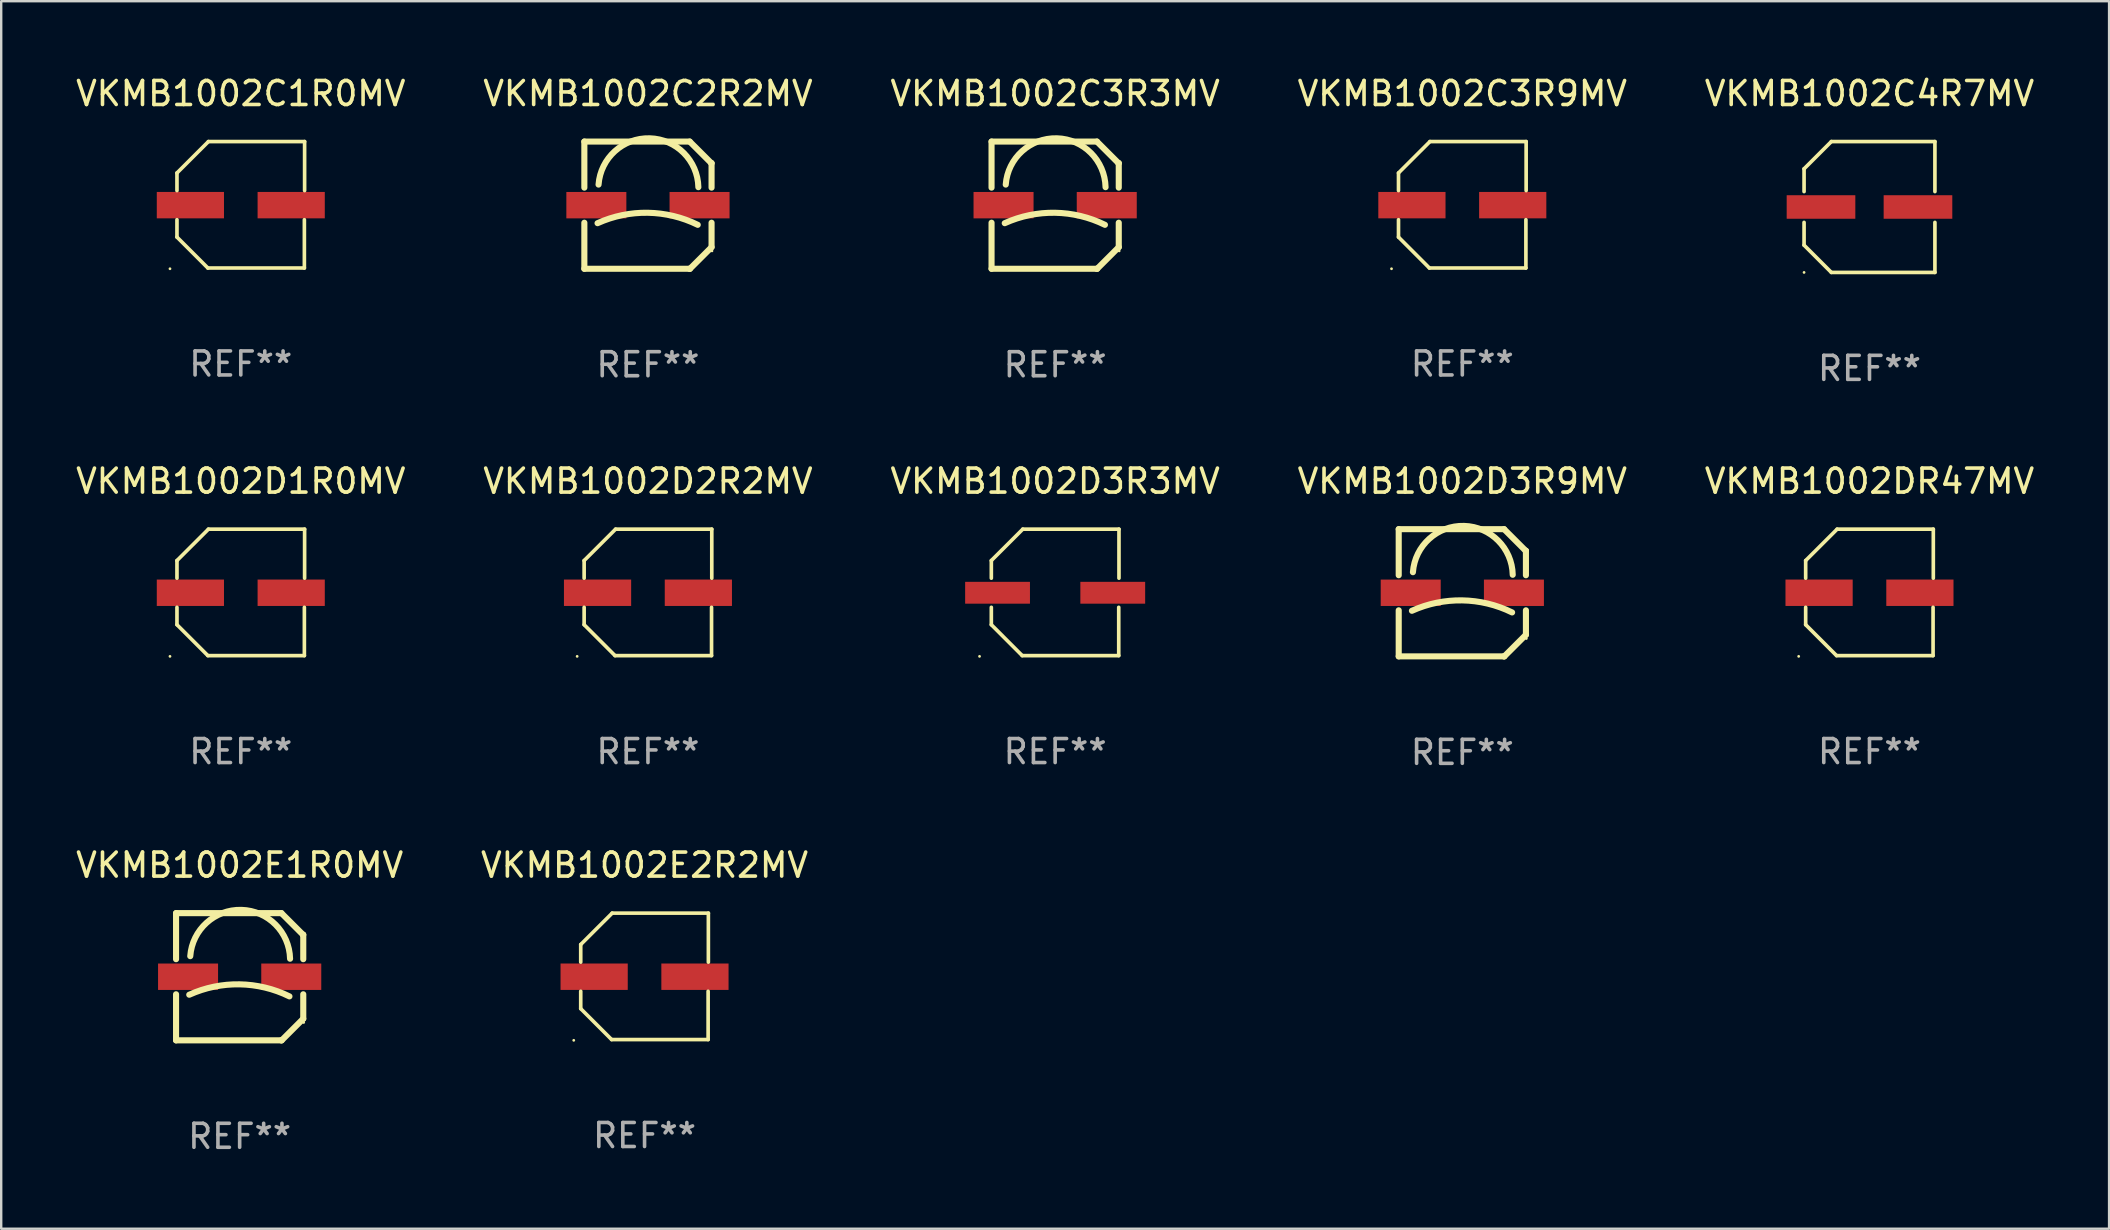
<source format=kicad_pcb>
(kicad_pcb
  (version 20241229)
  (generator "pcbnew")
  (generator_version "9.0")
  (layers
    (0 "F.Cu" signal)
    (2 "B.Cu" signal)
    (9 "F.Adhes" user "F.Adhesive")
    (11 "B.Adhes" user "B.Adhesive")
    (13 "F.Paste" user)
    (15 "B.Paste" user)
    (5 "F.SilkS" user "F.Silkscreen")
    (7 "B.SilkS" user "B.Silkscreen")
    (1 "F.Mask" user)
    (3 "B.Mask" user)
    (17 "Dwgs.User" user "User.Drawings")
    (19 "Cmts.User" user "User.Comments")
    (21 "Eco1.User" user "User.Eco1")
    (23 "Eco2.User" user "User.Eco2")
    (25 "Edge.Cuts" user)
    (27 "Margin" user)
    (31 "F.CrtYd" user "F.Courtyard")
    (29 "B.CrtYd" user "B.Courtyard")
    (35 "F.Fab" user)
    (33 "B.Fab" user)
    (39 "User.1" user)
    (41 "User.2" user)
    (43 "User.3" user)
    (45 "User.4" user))
  (footprint "VKMB1002D2R2MV"
    (layer "F.Cu")
    (at 23.946 21.631)
    (property "Reference" "VKMB1002D2R2MV" (at 0 -4.634 0) (layer "F.SilkS") (effects (font (size 1 1) (thickness 0.15))))
    (attr through_hole)
    (fp_line (start -2.659 -1.326) (end -2.659 -0.592) (stroke (width 0.152) (type solid)) (layer "F.SilkS"))
    (fp_line (start -2.659 1.346) (end -2.659 0.622) (stroke (width 0.152) (type solid)) (layer "F.SilkS"))
    (fp_line (start -1.372 2.634) (end -2.659 1.346) (stroke (width 0.152) (type solid)) (layer "F.SilkS"))
    (fp_line (start -1.349 -2.634) (end -2.659 -1.326) (stroke (width 0.152) (type solid)) (layer "F.SilkS"))
    (fp_line (start 2.649 0.622) (end 2.649 2.634) (stroke (width 0.152) (type solid)) (layer "F.SilkS"))
    (fp_line (start 2.649 2.634) (end -1.372 2.634) (stroke (width 0.152) (type solid)) (layer "F.SilkS"))
    (fp_line (start 2.659 -2.634) (end -1.349 -2.634) (stroke (width 0.152) (type solid)) (layer "F.SilkS"))
    (fp_line (start 2.659 -0.592) (end 2.659 -2.634) (stroke (width 0.152) (type solid)) (layer "F.SilkS"))
    (fp_circle (center -2.95 2.665) (end -2.92 2.665) (stroke (width 0.06) (type solid)) (fill no) (layer "F.SilkS"))
    (fp_text user "REF**" (at 0 6.634 0) (layer "F.Fab") (effects (font (size 1 1) (thickness 0.15))))
    (pad "1" smd rect (at -2.1 0.015) (size 2.8 1.1) (layers "F.Cu" "F.Mask" "F.Paste"))
    (pad "2" smd rect (at 2.1 0.015) (size 2.8 1.1) (layers "F.Cu" "F.Mask" "F.Paste")))
  (footprint "VKMB1002C1R0MV"
    (layer "F.Cu")
    (at 6.982 5.482)
    (property "Reference" "VKMB1002C1R0MV" (at 0 -4.634 0) (layer "F.SilkS") (effects (font (size 1 1) (thickness 0.15))))
    (attr through_hole)
    (fp_line (start -2.659 -1.326) (end -2.659 -0.592) (stroke (width 0.152) (type solid)) (layer "F.SilkS"))
    (fp_line (start -2.659 1.346) (end -2.659 0.622) (stroke (width 0.152) (type solid)) (layer "F.SilkS"))
    (fp_line (start -1.372 2.634) (end -2.659 1.346) (stroke (width 0.152) (type solid)) (layer "F.SilkS"))
    (fp_line (start -1.349 -2.634) (end -2.659 -1.326) (stroke (width 0.152) (type solid)) (layer "F.SilkS"))
    (fp_line (start 2.649 0.622) (end 2.649 2.634) (stroke (width 0.152) (type solid)) (layer "F.SilkS"))
    (fp_line (start 2.649 2.634) (end -1.372 2.634) (stroke (width 0.152) (type solid)) (layer "F.SilkS"))
    (fp_line (start 2.659 -2.634) (end -1.349 -2.634) (stroke (width 0.152) (type solid)) (layer "F.SilkS"))
    (fp_line (start 2.659 -0.592) (end 2.659 -2.634) (stroke (width 0.152) (type solid)) (layer "F.SilkS"))
    (fp_circle (center -2.95 2.665) (end -2.92 2.665) (stroke (width 0.06) (type solid)) (fill no) (layer "F.SilkS"))
    (fp_text user "REF**" (at 0 6.634 0) (layer "F.Fab") (effects (font (size 1 1) (thickness 0.15))))
    (pad "1" smd rect (at -2.1 0.015) (size 2.8 1.1) (layers "F.Cu" "F.Mask" "F.Paste"))
    (pad "2" smd rect (at 2.1 0.015) (size 2.8 1.1) (layers "F.Cu" "F.Mask" "F.Paste")))
  (footprint "VKMB1002D3R3MV"
    (layer "F.Cu")
    (at 40.911 21.631)
    (property "Reference" "VKMB1002D3R3MV" (at 0 -4.634 0) (layer "F.SilkS") (effects (font (size 1 1) (thickness 0.15))))
    (attr through_hole)
    (fp_line (start -2.659 -1.326) (end -2.659 -0.592) (stroke (width 0.152) (type solid)) (layer "F.SilkS"))
    (fp_line (start -2.659 1.346) (end -2.659 0.622) (stroke (width 0.152) (type solid)) (layer "F.SilkS"))
    (fp_line (start -1.372 2.634) (end -2.659 1.346) (stroke (width 0.152) (type solid)) (layer "F.SilkS"))
    (fp_line (start -1.349 -2.634) (end -2.659 -1.326) (stroke (width 0.152) (type solid)) (layer "F.SilkS"))
    (fp_line (start 2.649 0.622) (end 2.649 2.634) (stroke (width 0.152) (type solid)) (layer "F.SilkS"))
    (fp_line (start 2.649 2.634) (end -1.372 2.634) (stroke (width 0.152) (type solid)) (layer "F.SilkS"))
    (fp_line (start 2.659 -2.634) (end -1.349 -2.634) (stroke (width 0.152) (type solid)) (layer "F.SilkS"))
    (fp_line (start 2.659 -0.592) (end 2.659 -2.634) (stroke (width 0.152) (type solid)) (layer "F.SilkS"))
    (fp_circle (center -3.15 2.665) (end -3.12 2.665) (stroke (width 0.06) (type solid)) (fill no) (layer "F.SilkS"))
    (fp_text user "REF**" (at 0 6.634 0) (layer "F.Fab") (effects (font (size 1 1) (thickness 0.15))))
    (pad "1" smd rect (at -2.4 0.015) (size 2.7 0.91) (layers "F.Cu" "F.Mask" "F.Paste"))
    (pad "2" smd rect (at 2.4 0.015) (size 2.7 0.91) (layers "F.Cu" "F.Mask" "F.Paste")))
  (footprint "VKMB1002E1R0MV"
    (layer "F.Cu")
    (at 6.935 37.644)
    (property "Reference" "VKMB1002E1R0MV" (at 0 -4.65 0) (layer "F.SilkS") (effects (font (size 1 1) (thickness 0.15))))
    (attr through_hole)
    (fp_line (start -2.65 -2.65) (end 1.74 -2.65) (stroke (width 0.254) (type solid)) (layer "F.SilkS"))
    (fp_line (start -2.65 -0.731) (end -2.65 -2.65) (stroke (width 0.254) (type solid)) (layer "F.SilkS"))
    (fp_line (start -2.65 2.65) (end -2.65 0.731) (stroke (width 0.254) (type solid)) (layer "F.SilkS"))
    (fp_line (start -2.65 2.65) (end 1.73 2.65) (stroke (width 0.254) (type solid)) (layer "F.SilkS"))
    (fp_line (start 1.73 2.65) (end 1.75 2.65) (stroke (width 0.254) (type solid)) (layer "F.SilkS"))
    (fp_line (start 1.75 2.65) (end 2.65 1.75) (stroke (width 0.254) (type solid)) (layer "F.SilkS"))
    (fp_line (start 2.64 -1.75) (end 1.74 -2.65) (stroke (width 0.254) (type solid)) (layer "F.SilkS"))
    (fp_line (start 2.65 -1.75) (end 2.64 -1.75) (stroke (width 0.254) (type solid)) (layer "F.SilkS"))
    (fp_line (start 2.65 -0.731) (end 2.65 -1.75) (stroke (width 0.254) (type solid)) (layer "F.SilkS"))
    (fp_line (start 2.65 1.75) (end 2.65 0.731) (stroke (width 0.254) (type solid)) (layer "F.SilkS"))
    (fp_arc (start -2.1 0.749886) (mid -0.005214 0.316693) (end 2.074168 0.818644) (stroke (width 0.254001) (type solid)) (layer "F.SilkS"))
    (fp_arc (start -2.058369 -0.857759) (mid 0.072137 -2.78601) (end 2.1 -0.750089) (stroke (width 0.254001) (type solid)) (layer "F.SilkS"))
    (fp_circle (center 2.667 1.905) (end 2.697 1.905) (stroke (width 0.06) (type solid)) (fill no) (layer "F.SilkS"))
    (fp_text user "REF**" (at 0 6.65 0) (layer "F.Fab") (effects (font (size 1 1) (thickness 0.15))))
    (pad "1" smd rect (at 2.15 0) (size 2.5 1.1) (layers "F.Cu" "F.Mask" "F.Paste"))
    (pad "2" smd rect (at -2.15 0) (size 2.5 1.1) (layers "F.Cu" "F.Mask" "F.Paste")))
  (footprint "VKMB1002C3R9MV"
    (layer "F.Cu")
    (at 57.875 5.482)
    (property "Reference" "VKMB1002C3R9MV" (at 0 -4.634 0) (layer "F.SilkS") (effects (font (size 1 1) (thickness 0.15))))
    (attr through_hole)
    (fp_line (start -2.659 -1.326) (end -2.659 -0.592) (stroke (width 0.152) (type solid)) (layer "F.SilkS"))
    (fp_line (start -2.659 1.346) (end -2.659 0.622) (stroke (width 0.152) (type solid)) (layer "F.SilkS"))
    (fp_line (start -1.372 2.634) (end -2.659 1.346) (stroke (width 0.152) (type solid)) (layer "F.SilkS"))
    (fp_line (start -1.349 -2.634) (end -2.659 -1.326) (stroke (width 0.152) (type solid)) (layer "F.SilkS"))
    (fp_line (start 2.649 0.622) (end 2.649 2.634) (stroke (width 0.152) (type solid)) (layer "F.SilkS"))
    (fp_line (start 2.649 2.634) (end -1.372 2.634) (stroke (width 0.152) (type solid)) (layer "F.SilkS"))
    (fp_line (start 2.659 -2.634) (end -1.349 -2.634) (stroke (width 0.152) (type solid)) (layer "F.SilkS"))
    (fp_line (start 2.659 -0.592) (end 2.659 -2.634) (stroke (width 0.152) (type solid)) (layer "F.SilkS"))
    (fp_circle (center -2.95 2.665) (end -2.92 2.665) (stroke (width 0.06) (type solid)) (fill no) (layer "F.SilkS"))
    (fp_text user "REF**" (at 0 6.634 0) (layer "F.Fab") (effects (font (size 1 1) (thickness 0.15))))
    (pad "1" smd rect (at -2.1 0.015) (size 2.8 1.1) (layers "F.Cu" "F.Mask" "F.Paste"))
    (pad "2" smd rect (at 2.1 0.015) (size 2.8 1.1) (layers "F.Cu" "F.Mask" "F.Paste")))
  (footprint "VKMB1002D1R0MV"
    (layer "F.Cu")
    (at 6.982 21.631)
    (property "Reference" "VKMB1002D1R0MV" (at 0 -4.634 0) (layer "F.SilkS") (effects (font (size 1 1) (thickness 0.15))))
    (attr through_hole)
    (fp_line (start -2.659 -1.326) (end -2.659 -0.592) (stroke (width 0.152) (type solid)) (layer "F.SilkS"))
    (fp_line (start -2.659 1.346) (end -2.659 0.622) (stroke (width 0.152) (type solid)) (layer "F.SilkS"))
    (fp_line (start -1.372 2.634) (end -2.659 1.346) (stroke (width 0.152) (type solid)) (layer "F.SilkS"))
    (fp_line (start -1.349 -2.634) (end -2.659 -1.326) (stroke (width 0.152) (type solid)) (layer "F.SilkS"))
    (fp_line (start 2.649 0.622) (end 2.649 2.634) (stroke (width 0.152) (type solid)) (layer "F.SilkS"))
    (fp_line (start 2.649 2.634) (end -1.372 2.634) (stroke (width 0.152) (type solid)) (layer "F.SilkS"))
    (fp_line (start 2.659 -2.634) (end -1.349 -2.634) (stroke (width 0.152) (type solid)) (layer "F.SilkS"))
    (fp_line (start 2.659 -0.592) (end 2.659 -2.634) (stroke (width 0.152) (type solid)) (layer "F.SilkS"))
    (fp_circle (center -2.95 2.665) (end -2.92 2.665) (stroke (width 0.06) (type solid)) (fill no) (layer "F.SilkS"))
    (fp_text user "REF**" (at 0 6.634 0) (layer "F.Fab") (effects (font (size 1 1) (thickness 0.15))))
    (pad "1" smd rect (at -2.1 0.015) (size 2.8 1.1) (layers "F.Cu" "F.Mask" "F.Paste"))
    (pad "2" smd rect (at 2.1 0.015) (size 2.8 1.1) (layers "F.Cu" "F.Mask" "F.Paste")))
  (footprint "VKMB1002C4R7MV"
    (layer "F.Cu")
    (at 74.839 5.574)
    (property "Reference" "VKMB1002C4R7MV" (at 0 -4.726 0) (layer "F.SilkS") (effects (font (size 1 1) (thickness 0.15))))
    (attr through_hole)
    (fp_line (start -2.726 -1.59) (end -1.59 -2.726) (stroke (width 0.152) (type solid)) (layer "F.SilkS"))
    (fp_line (start -2.726 -0.642) (end -2.726 -1.59) (stroke (width 0.152) (type solid)) (layer "F.SilkS"))
    (fp_line (start -2.726 0.642) (end -2.726 1.59) (stroke (width 0.152) (type solid)) (layer "F.SilkS"))
    (fp_line (start -2.726 1.59) (end -1.59 2.726) (stroke (width 0.152) (type solid)) (layer "F.SilkS"))
    (fp_line (start -1.59 -2.726) (end 2.726 -2.726) (stroke (width 0.152) (type solid)) (layer "F.SilkS"))
    (fp_line (start -1.59 2.726) (end 2.726 2.726) (stroke (width 0.152) (type solid)) (layer "F.SilkS"))
    (fp_line (start 2.726 -2.726) (end 2.726 -0.642) (stroke (width 0.152) (type solid)) (layer "F.SilkS"))
    (fp_line (start 2.726 2.726) (end 2.726 0.642) (stroke (width 0.152) (type solid)) (layer "F.SilkS"))
    (fp_circle (center -2.726 2.726) (end -2.696 2.726) (stroke (width 0.06) (type solid)) (fill no) (layer "F.SilkS"))
    (fp_text user "REF**" (at 0 6.726 0) (layer "F.Fab") (effects (font (size 1 1) (thickness 0.15))))
    (pad "1" smd rect (at -2.02 -0.000013) (size 2.86 0.98) (layers "F.Cu" "F.Mask" "F.Paste"))
    (pad "2" smd rect (at 2.02 -0.000013) (size 2.86 0.98) (layers "F.Cu" "F.Mask" "F.Paste")))
  (footprint "VKMB1002D3R9MV"
    (layer "F.Cu")
    (at 57.875 21.647)
    (property "Reference" "VKMB1002D3R9MV" (at 0 -4.65 0) (layer "F.SilkS") (effects (font (size 1 1) (thickness 0.15))))
    (attr through_hole)
    (fp_line (start -2.65 -2.65) (end 1.74 -2.65) (stroke (width 0.254) (type solid)) (layer "F.SilkS"))
    (fp_line (start -2.65 -0.731) (end -2.65 -2.65) (stroke (width 0.254) (type solid)) (layer "F.SilkS"))
    (fp_line (start -2.65 2.65) (end -2.65 0.731) (stroke (width 0.254) (type solid)) (layer "F.SilkS"))
    (fp_line (start -2.65 2.65) (end 1.73 2.65) (stroke (width 0.254) (type solid)) (layer "F.SilkS"))
    (fp_line (start 1.73 2.65) (end 1.75 2.65) (stroke (width 0.254) (type solid)) (layer "F.SilkS"))
    (fp_line (start 1.75 2.65) (end 2.65 1.75) (stroke (width 0.254) (type solid)) (layer "F.SilkS"))
    (fp_line (start 2.64 -1.75) (end 1.74 -2.65) (stroke (width 0.254) (type solid)) (layer "F.SilkS"))
    (fp_line (start 2.65 -1.75) (end 2.64 -1.75) (stroke (width 0.254) (type solid)) (layer "F.SilkS"))
    (fp_line (start 2.65 -0.731) (end 2.65 -1.75) (stroke (width 0.254) (type solid)) (layer "F.SilkS"))
    (fp_line (start 2.65 1.75) (end 2.65 0.731) (stroke (width 0.254) (type solid)) (layer "F.SilkS"))
    (fp_arc (start -2.1 0.749886) (mid -0.005214 0.316693) (end 2.074168 0.818644) (stroke (width 0.254001) (type solid)) (layer "F.SilkS"))
    (fp_arc (start -2.058369 -0.857759) (mid 0.072137 -2.78601) (end 2.1 -0.750089) (stroke (width 0.254001) (type solid)) (layer "F.SilkS"))
    (fp_circle (center 2.667 1.905) (end 2.697 1.905) (stroke (width 0.06) (type solid)) (fill no) (layer "F.SilkS"))
    (fp_text user "REF**" (at 0 6.65 0) (layer "F.Fab") (effects (font (size 1 1) (thickness 0.15))))
    (pad "1" smd rect (at 2.15 0) (size 2.5 1.1) (layers "F.Cu" "F.Mask" "F.Paste"))
    (pad "2" smd rect (at -2.15 0) (size 2.5 1.1) (layers "F.Cu" "F.Mask" "F.Paste")))
  (footprint "VKMB1002DR47MV"
    (layer "F.Cu")
    (at 74.839 21.631)
    (property "Reference" "VKMB1002DR47MV" (at 0 -4.634 0) (layer "F.SilkS") (effects (font (size 1 1) (thickness 0.15))))
    (attr through_hole)
    (fp_line (start -2.659 -1.326) (end -2.659 -0.592) (stroke (width 0.152) (type solid)) (layer "F.SilkS"))
    (fp_line (start -2.659 1.346) (end -2.659 0.622) (stroke (width 0.152) (type solid)) (layer "F.SilkS"))
    (fp_line (start -1.372 2.634) (end -2.659 1.346) (stroke (width 0.152) (type solid)) (layer "F.SilkS"))
    (fp_line (start -1.349 -2.634) (end -2.659 -1.326) (stroke (width 0.152) (type solid)) (layer "F.SilkS"))
    (fp_line (start 2.649 0.622) (end 2.649 2.634) (stroke (width 0.152) (type solid)) (layer "F.SilkS"))
    (fp_line (start 2.649 2.634) (end -1.372 2.634) (stroke (width 0.152) (type solid)) (layer "F.SilkS"))
    (fp_line (start 2.659 -2.634) (end -1.349 -2.634) (stroke (width 0.152) (type solid)) (layer "F.SilkS"))
    (fp_line (start 2.659 -0.592) (end 2.659 -2.634) (stroke (width 0.152) (type solid)) (layer "F.SilkS"))
    (fp_circle (center -2.95 2.665) (end -2.92 2.665) (stroke (width 0.06) (type solid)) (fill no) (layer "F.SilkS"))
    (fp_text user "REF**" (at 0 6.634 0) (layer "F.Fab") (effects (font (size 1 1) (thickness 0.15))))
    (pad "1" smd rect (at -2.1 0.015) (size 2.8 1.1) (layers "F.Cu" "F.Mask" "F.Paste"))
    (pad "2" smd rect (at 2.1 0.015) (size 2.8 1.1) (layers "F.Cu" "F.Mask" "F.Paste")))
  (footprint "VKMB1002E2R2MV"
    (layer "F.Cu")
    (at 23.804 37.628)
    (property "Reference" "VKMB1002E2R2MV" (at 0 -4.634 0) (layer "F.SilkS") (effects (font (size 1 1) (thickness 0.15))))
    (attr through_hole)
    (fp_line (start -2.659 -1.326) (end -2.659 -0.592) (stroke (width 0.152) (type solid)) (layer "F.SilkS"))
    (fp_line (start -2.659 1.346) (end -2.659 0.622) (stroke (width 0.152) (type solid)) (layer "F.SilkS"))
    (fp_line (start -1.372 2.634) (end -2.659 1.346) (stroke (width 0.152) (type solid)) (layer "F.SilkS"))
    (fp_line (start -1.349 -2.634) (end -2.659 -1.326) (stroke (width 0.152) (type solid)) (layer "F.SilkS"))
    (fp_line (start 2.649 0.622) (end 2.649 2.634) (stroke (width 0.152) (type solid)) (layer "F.SilkS"))
    (fp_line (start 2.649 2.634) (end -1.372 2.634) (stroke (width 0.152) (type solid)) (layer "F.SilkS"))
    (fp_line (start 2.659 -2.634) (end -1.349 -2.634) (stroke (width 0.152) (type solid)) (layer "F.SilkS"))
    (fp_line (start 2.659 -0.592) (end 2.659 -2.634) (stroke (width 0.152) (type solid)) (layer "F.SilkS"))
    (fp_circle (center -2.95 2.665) (end -2.92 2.665) (stroke (width 0.06) (type solid)) (fill no) (layer "F.SilkS"))
    (fp_text user "REF**" (at 0 6.634 0) (layer "F.Fab") (effects (font (size 1 1) (thickness 0.15))))
    (pad "1" smd rect (at -2.1 0.015) (size 2.8 1.1) (layers "F.Cu" "F.Mask" "F.Paste"))
    (pad "2" smd rect (at 2.1 0.015) (size 2.8 1.1) (layers "F.Cu" "F.Mask" "F.Paste")))
  (footprint "VKMB1002C2R2MV"
    (layer "F.Cu")
    (at 23.946 5.498)
    (property "Reference" "VKMB1002C2R2MV" (at 0 -4.65 0) (layer "F.SilkS") (effects (font (size 1 1) (thickness 0.15))))
    (attr through_hole)
    (fp_line (start -2.65 -2.65) (end 1.74 -2.65) (stroke (width 0.254) (type solid)) (layer "F.SilkS"))
    (fp_line (start -2.65 -0.731) (end -2.65 -2.65) (stroke (width 0.254) (type solid)) (layer "F.SilkS"))
    (fp_line (start -2.65 2.65) (end -2.65 0.731) (stroke (width 0.254) (type solid)) (layer "F.SilkS"))
    (fp_line (start -2.65 2.65) (end 1.73 2.65) (stroke (width 0.254) (type solid)) (layer "F.SilkS"))
    (fp_line (start 1.73 2.65) (end 1.75 2.65) (stroke (width 0.254) (type solid)) (layer "F.SilkS"))
    (fp_line (start 1.75 2.65) (end 2.65 1.75) (stroke (width 0.254) (type solid)) (layer "F.SilkS"))
    (fp_line (start 2.64 -1.75) (end 1.74 -2.65) (stroke (width 0.254) (type solid)) (layer "F.SilkS"))
    (fp_line (start 2.65 -1.75) (end 2.64 -1.75) (stroke (width 0.254) (type solid)) (layer "F.SilkS"))
    (fp_line (start 2.65 -0.731) (end 2.65 -1.75) (stroke (width 0.254) (type solid)) (layer "F.SilkS"))
    (fp_line (start 2.65 1.75) (end 2.65 0.731) (stroke (width 0.254) (type solid)) (layer "F.SilkS"))
    (fp_arc (start -2.1 0.749886) (mid -0.005214 0.316693) (end 2.074168 0.818644) (stroke (width 0.254001) (type solid)) (layer "F.SilkS"))
    (fp_arc (start -2.058369 -0.857759) (mid 0.072137 -2.78601) (end 2.1 -0.750089) (stroke (width 0.254001) (type solid)) (layer "F.SilkS"))
    (fp_circle (center 2.667 1.905) (end 2.697 1.905) (stroke (width 0.06) (type solid)) (fill no) (layer "F.SilkS"))
    (fp_text user "REF**" (at 0 6.65 0) (layer "F.Fab") (effects (font (size 1 1) (thickness 0.15))))
    (pad "1" smd rect (at 2.15 0) (size 2.5 1.1) (layers "F.Cu" "F.Mask" "F.Paste"))
    (pad "2" smd rect (at -2.15 0) (size 2.5 1.1) (layers "F.Cu" "F.Mask" "F.Paste")))
  (footprint "VKMB1002C3R3MV"
    (layer "F.Cu")
    (at 40.911 5.498)
    (property "Reference" "VKMB1002C3R3MV" (at 0 -4.65 0) (layer "F.SilkS") (effects (font (size 1 1) (thickness 0.15))))
    (attr through_hole)
    (fp_line (start -2.65 -2.65) (end 1.74 -2.65) (stroke (width 0.254) (type solid)) (layer "F.SilkS"))
    (fp_line (start -2.65 -0.731) (end -2.65 -2.65) (stroke (width 0.254) (type solid)) (layer "F.SilkS"))
    (fp_line (start -2.65 2.65) (end -2.65 0.731) (stroke (width 0.254) (type solid)) (layer "F.SilkS"))
    (fp_line (start -2.65 2.65) (end 1.73 2.65) (stroke (width 0.254) (type solid)) (layer "F.SilkS"))
    (fp_line (start 1.73 2.65) (end 1.75 2.65) (stroke (width 0.254) (type solid)) (layer "F.SilkS"))
    (fp_line (start 1.75 2.65) (end 2.65 1.75) (stroke (width 0.254) (type solid)) (layer "F.SilkS"))
    (fp_line (start 2.64 -1.75) (end 1.74 -2.65) (stroke (width 0.254) (type solid)) (layer "F.SilkS"))
    (fp_line (start 2.65 -1.75) (end 2.64 -1.75) (stroke (width 0.254) (type solid)) (layer "F.SilkS"))
    (fp_line (start 2.65 -0.731) (end 2.65 -1.75) (stroke (width 0.254) (type solid)) (layer "F.SilkS"))
    (fp_line (start 2.65 1.75) (end 2.65 0.731) (stroke (width 0.254) (type solid)) (layer "F.SilkS"))
    (fp_arc (start -2.1 0.749886) (mid -0.005214 0.316693) (end 2.074168 0.818644) (stroke (width 0.254001) (type solid)) (layer "F.SilkS"))
    (fp_arc (start -2.058369 -0.857759) (mid 0.072137 -2.78601) (end 2.1 -0.750089) (stroke (width 0.254001) (type solid)) (layer "F.SilkS"))
    (fp_circle (center 2.667 1.905) (end 2.697 1.905) (stroke (width 0.06) (type solid)) (fill no) (layer "F.SilkS"))
    (fp_text user "REF**" (at 0 6.65 0) (layer "F.Fab") (effects (font (size 1 1) (thickness 0.15))))
    (pad "1" smd rect (at 2.15 0) (size 2.5 1.1) (layers "F.Cu" "F.Mask" "F.Paste"))
    (pad "2" smd rect (at -2.15 0) (size 2.5 1.1) (layers "F.Cu" "F.Mask" "F.Paste")))
  (gr_rect
    (start -3 -3)
    (end 84.821 48.142)
    (stroke (width 0.1) (type default))
    (fill no)
    (layer "Edge.Cuts")))
</source>
